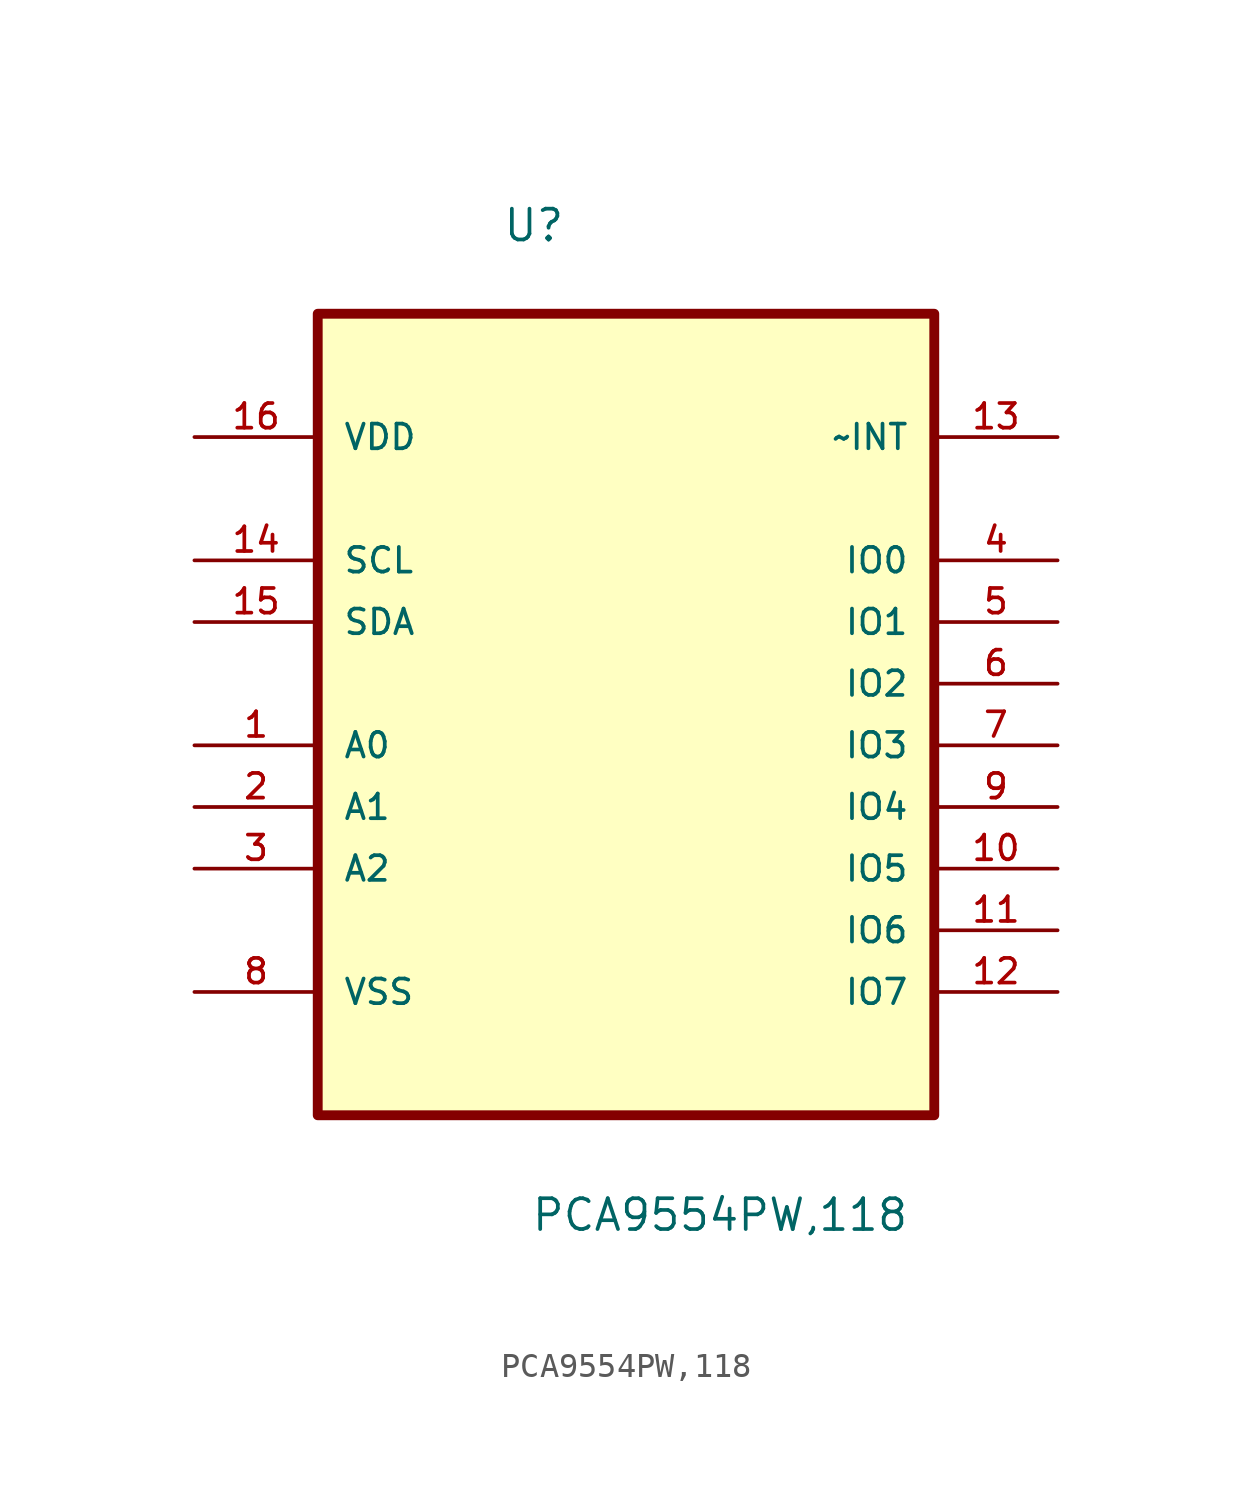
<source format=kicad_sym>
(kicad_symbol_lib
  (version 20211014)
  (generator kicad_symbol_editor)
  (symbol "PCA9554PW,118"
    (pin_names
      (offset 1.016))
    (property "Reference" "U"
      (at -5.105 15.596 0.0)
      (effects (font (size 1.27 1.27)) (justify bottom left)))
    (property "Value" "PCA9554PW,118"
      (at -3.937 -25.171 0.0)
      (effects (font (size 1.27 1.27)) (justify bottom left)))
    (symbol "PCA9554PW,118_0_0"
      (rectangle (start -12.7 -20.32) (end 12.7 12.7) (stroke (width 0.406)) (fill (type background)))
      (pin power_in line (at -17.78 7.62 0) (length 5.08) (name "VDD" (effects (font (size 1.016 1.016)))) (number "16" (effects (font (size 1.016 1.016)))))
      (pin input line (at -17.78 2.54 0) (length 5.08) (name "SCL" (effects (font (size 1.016 1.016)))) (number "14" (effects (font (size 1.016 1.016)))))
      (pin bidirectional line (at -17.78 0.0 0) (length 5.08) (name "SDA" (effects (font (size 1.016 1.016)))) (number "15" (effects (font (size 1.016 1.016)))))
      (pin input line (at -17.78 -5.08 0) (length 5.08) (name "A0" (effects (font (size 1.016 1.016)))) (number "1" (effects (font (size 1.016 1.016)))))
      (pin input line (at -17.78 -7.62 0) (length 5.08) (name "A1" (effects (font (size 1.016 1.016)))) (number "2" (effects (font (size 1.016 1.016)))))
      (pin input line (at -17.78 -10.16 0) (length 5.08) (name "A2" (effects (font (size 1.016 1.016)))) (number "3" (effects (font (size 1.016 1.016)))))
      (pin passive line (at -17.78 -15.24 0) (length 5.08) (name "VSS" (effects (font (size 1.016 1.016)))) (number "8" (effects (font (size 1.016 1.016)))))
      (pin output line (at 17.78 7.62 180.0) (length 5.08) (name "~INT" (effects (font (size 1.016 1.016)))) (number "13" (effects (font (size 1.016 1.016)))))
      (pin bidirectional line (at 17.78 2.54 180.0) (length 5.08) (name "IO0" (effects (font (size 1.016 1.016)))) (number "4" (effects (font (size 1.016 1.016)))))
      (pin bidirectional line (at 17.78 0.0 180.0) (length 5.08) (name "IO1" (effects (font (size 1.016 1.016)))) (number "5" (effects (font (size 1.016 1.016)))))
      (pin bidirectional line (at 17.78 -2.54 180.0) (length 5.08) (name "IO2" (effects (font (size 1.016 1.016)))) (number "6" (effects (font (size 1.016 1.016)))))
      (pin bidirectional line (at 17.78 -5.08 180.0) (length 5.08) (name "IO3" (effects (font (size 1.016 1.016)))) (number "7" (effects (font (size 1.016 1.016)))))
      (pin bidirectional line (at 17.78 -7.62 180.0) (length 5.08) (name "IO4" (effects (font (size 1.016 1.016)))) (number "9" (effects (font (size 1.016 1.016)))))
      (pin bidirectional line (at 17.78 -10.16 180.0) (length 5.08) (name "IO5" (effects (font (size 1.016 1.016)))) (number "10" (effects (font (size 1.016 1.016)))))
      (pin bidirectional line (at 17.78 -12.7 180.0) (length 5.08) (name "IO6" (effects (font (size 1.016 1.016)))) (number "11" (effects (font (size 1.016 1.016)))))
      (pin bidirectional line (at 17.78 -15.24 180.0) (length 5.08) (name "IO7" (effects (font (size 1.016 1.016)))) (number "12" (effects (font (size 1.016 1.016))))))))
</source>
